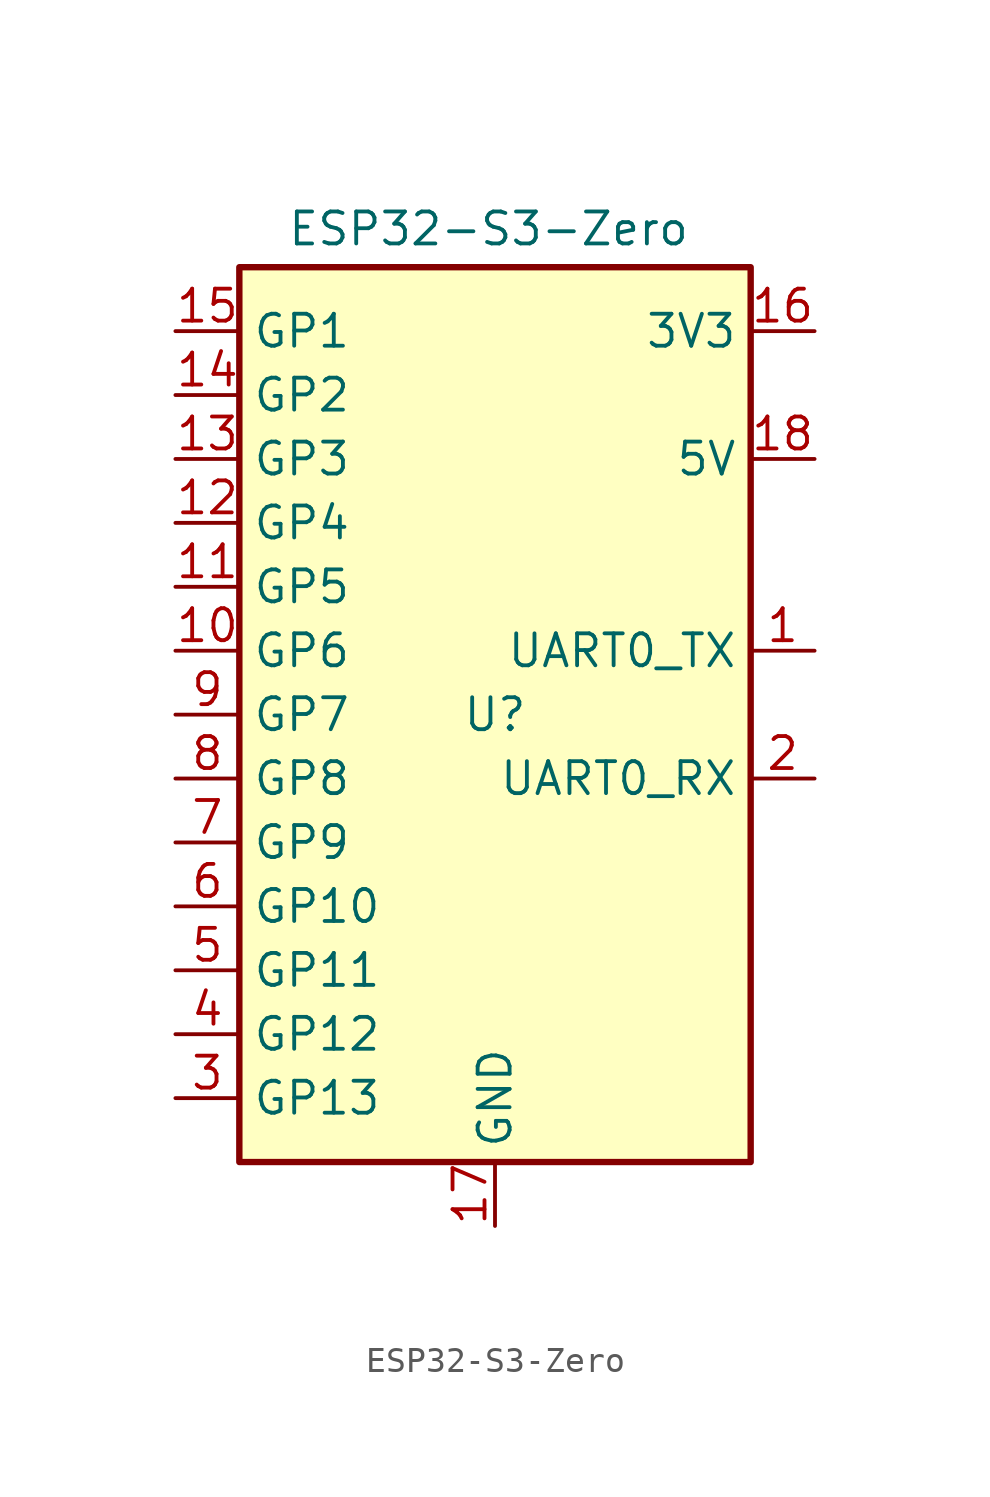
<source format=kicad_sym>
(kicad_symbol_lib
  (version 20241209)
  (generator "kicad_symbol_editor")
  (generator_version "9.0")
  (symbol "ESP32-S3-Zero"
    (property "Reference" "U"
      (at 0 0 0)
      (effects (font (size 1.27 1.27))))
    (property "Value" "ESP32-S3-Zero"
      (at -0.254 19.304 0)
      (effects (font (size 1.27 1.27))))
    (symbol "ESP32-S3-Zero_0_1"
      (rectangle (start -10.16 17.78) (end 10.16 -17.78) (stroke (width 0.254) (type default)) (fill (type background))))
    (symbol "ESP32-S3-Zero_1_1"
      (pin bidirectional line (at -12.7 15.24 0) (length 2.54) (name "GP1" (effects (font (size 1.27 1.27)))) (number "15" (effects (font (size 1.27 1.27)))))
      (pin bidirectional line (at -12.7 12.7 0) (length 2.54) (name "GP2" (effects (font (size 1.27 1.27)))) (number "14" (effects (font (size 1.27 1.27)))))
      (pin bidirectional line (at -12.7 10.16 0) (length 2.54) (name "GP3" (effects (font (size 1.27 1.27)))) (number "13" (effects (font (size 1.27 1.27)))))
      (pin bidirectional line (at -12.7 7.62 0) (length 2.54) (name "GP4" (effects (font (size 1.27 1.27)))) (number "12" (effects (font (size 1.27 1.27)))))
      (pin bidirectional line (at -12.7 5.08 0) (length 2.54) (name "GP5" (effects (font (size 1.27 1.27)))) (number "11" (effects (font (size 1.27 1.27)))))
      (pin bidirectional line (at -12.7 2.54 0) (length 2.54) (name "GP6" (effects (font (size 1.27 1.27)))) (number "10" (effects (font (size 1.27 1.27)))))
      (pin bidirectional line (at -12.7 0 0) (length 2.54) (name "GP7" (effects (font (size 1.27 1.27)))) (number "9" (effects (font (size 1.27 1.27)))))
      (pin bidirectional line (at -12.7 -2.54 0) (length 2.54) (name "GP8" (effects (font (size 1.27 1.27)))) (number "8" (effects (font (size 1.27 1.27)))))
      (pin bidirectional line (at -12.7 -5.08 0) (length 2.54) (name "GP9" (effects (font (size 1.27 1.27)))) (number "7" (effects (font (size 1.27 1.27)))))
      (pin bidirectional line (at -12.7 -7.62 0) (length 2.54) (name "GP10" (effects (font (size 1.27 1.27)))) (number "6" (effects (font (size 1.27 1.27)))))
      (pin bidirectional line (at -12.7 -10.16 0) (length 2.54) (name "GP11" (effects (font (size 1.27 1.27)))) (number "5" (effects (font (size 1.27 1.27)))))
      (pin bidirectional line (at -12.7 -12.7 0) (length 2.54) (name "GP12" (effects (font (size 1.27 1.27)))) (number "4" (effects (font (size 1.27 1.27)))))
      (pin bidirectional line (at -12.7 -15.24 0) (length 2.54) (name "GP13" (effects (font (size 1.27 1.27)))) (number "3" (effects (font (size 1.27 1.27)))))
      (pin power_in line (at 0 -20.32 90) (length 2.54) (name "GND" (effects (font (size 1.27 1.27)))) (number "17" (effects (font (size 1.27 1.27)))))
      (pin power_out line (at 12.7 15.24 180) (length 2.54) (name "3V3" (effects (font (size 1.27 1.27)))) (number "16" (effects (font (size 1.27 1.27)))))
      (pin power_out line (at 12.7 10.16 180) (length 2.54) (name "5V" (effects (font (size 1.27 1.27)))) (number "18" (effects (font (size 1.27 1.27)))))
      (pin output line (at 12.7 2.54 180) (length 2.54) (name "UART0_TX" (effects (font (size 1.27 1.27)))) (number "1" (effects (font (size 1.27 1.27)))))
      (pin input line (at 12.7 -2.54 180) (length 2.54) (name "UART0_RX" (effects (font (size 1.27 1.27)))) (number "2" (effects (font (size 1.27 1.27))))))))
</source>
